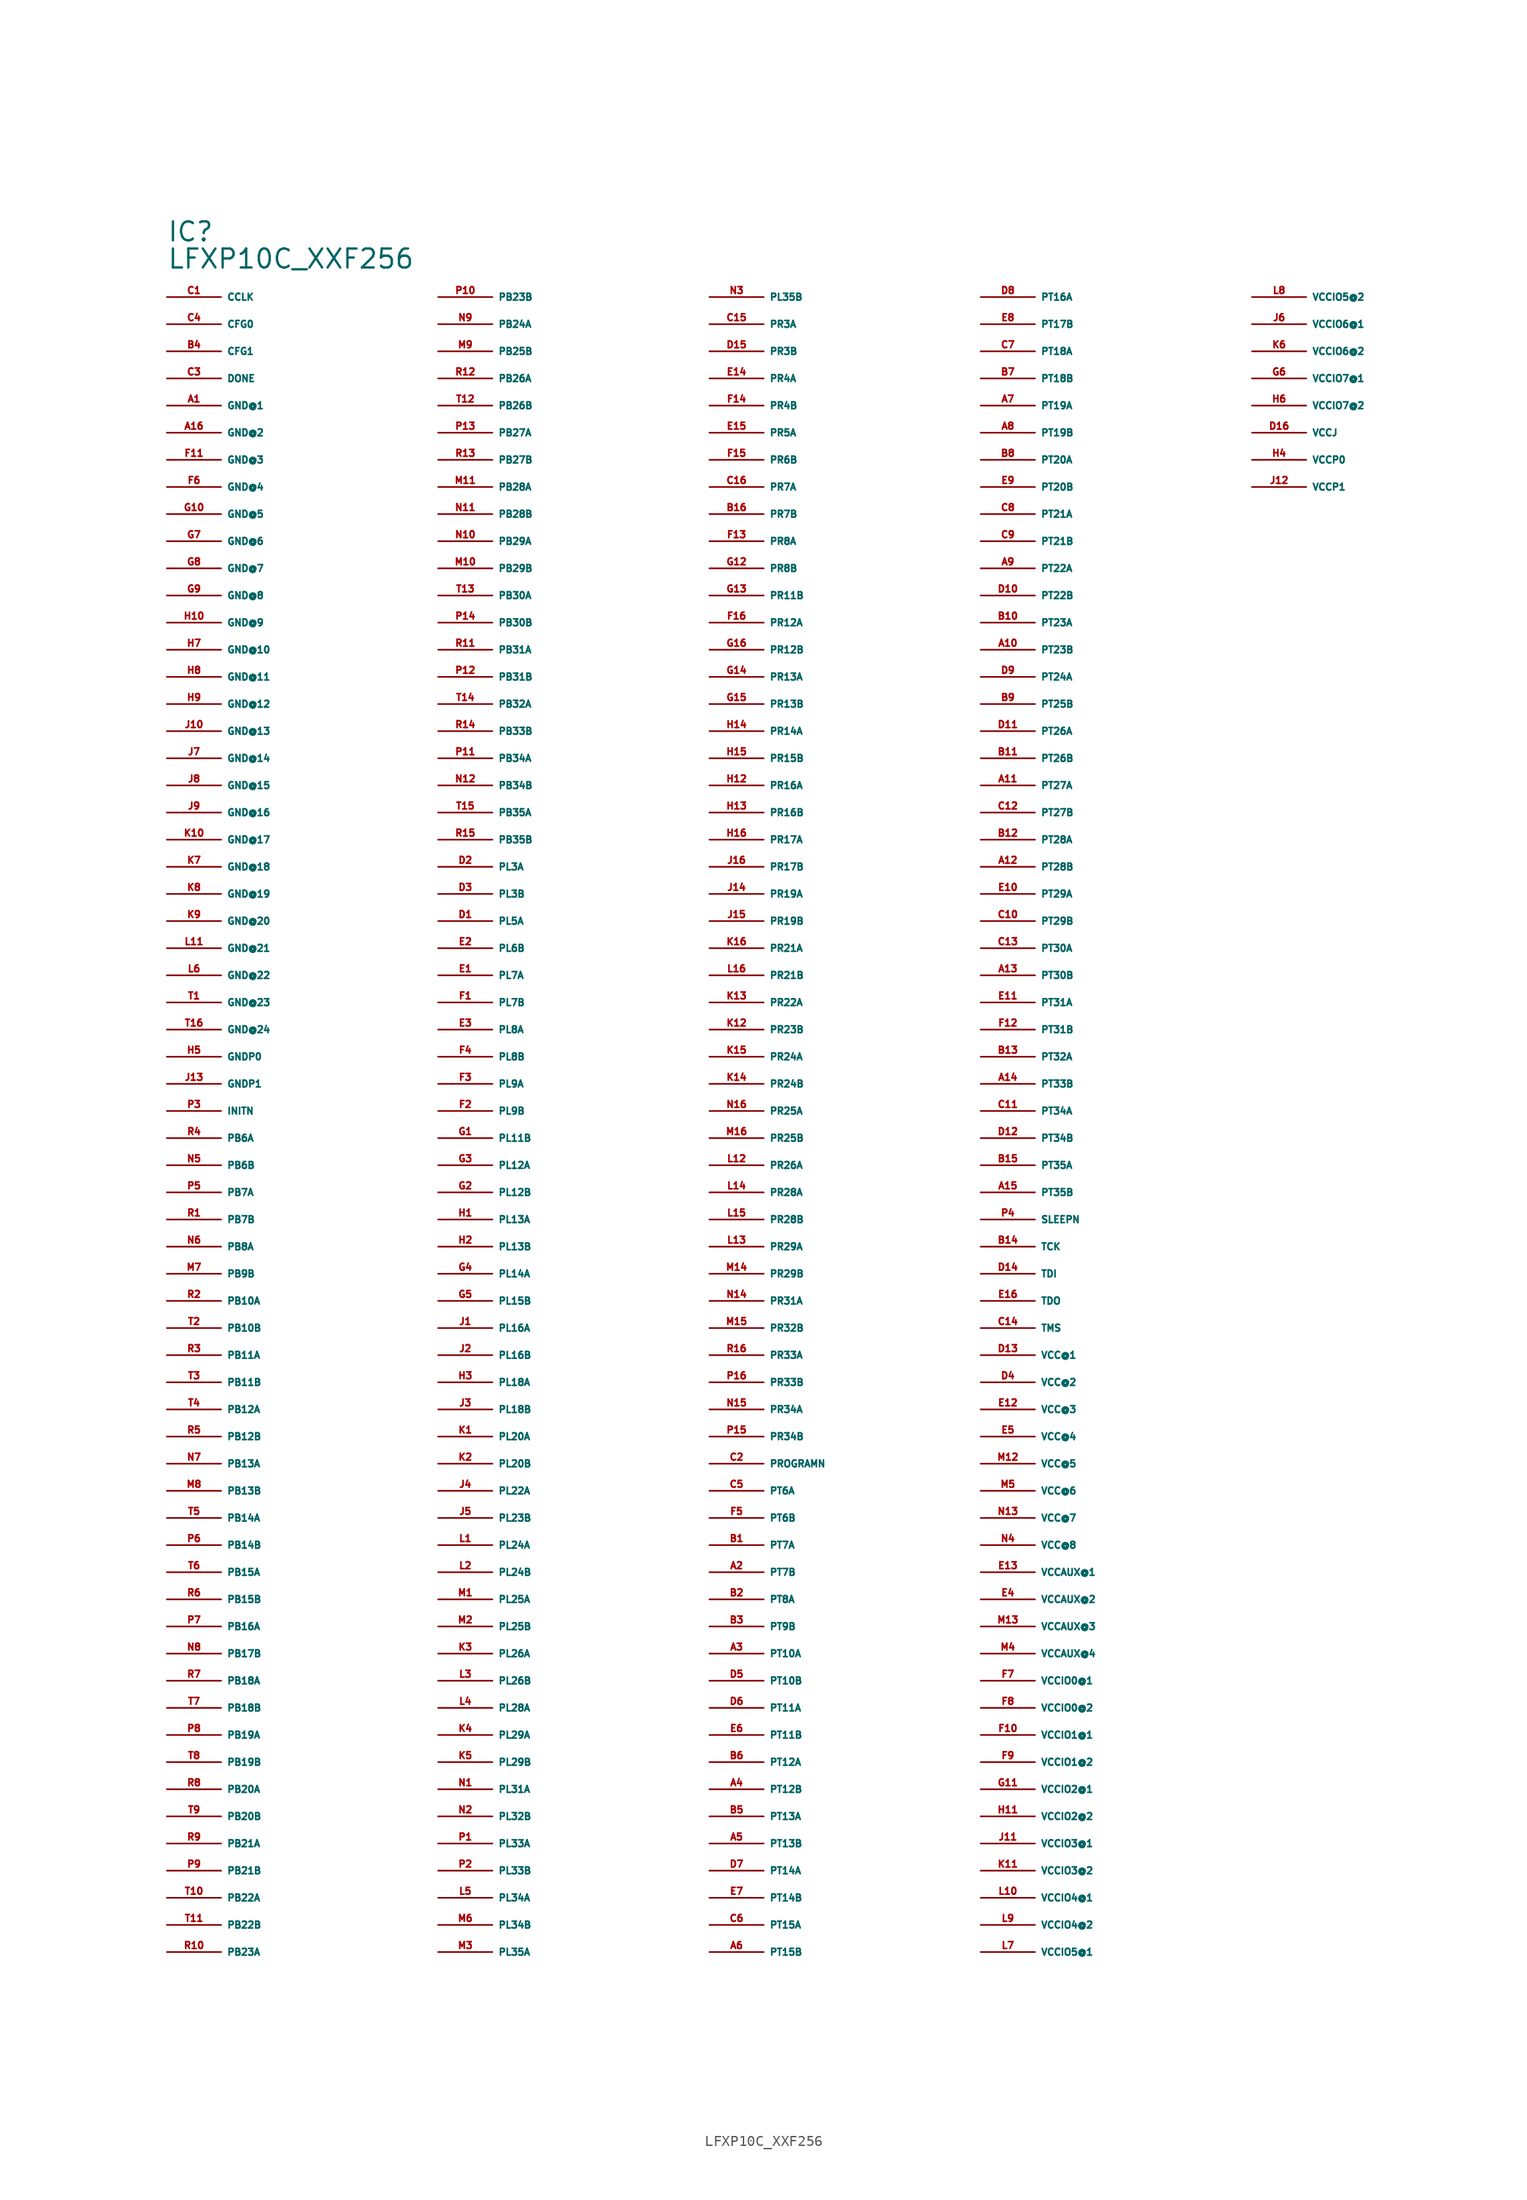
<source format=kicad_sym>
(kicad_symbol_lib
  (version 20220914)
  (generator Eagle2Kicad)
  (symbol "LFXP10C_XXF256"
    (property "Reference" "IC"
      (at -55.88 86.36 0)
      (effects (font (size 1.778 1.778) (thickness 0.22)) (justify left bottom)))
    (property "Value" "LFXP10C_XXF256"
      (at -55.88 83.82 0)
      (effects (font (size 1.778 1.778) (thickness 0.22)) (justify left bottom)))
    (pin bidirectional line
      (at -55.88 81.28 0)
      (length 5.08)
      (name "CCLK" (effects (font (size 0.635 0.635) (thickness 0.08)) (justify left bottom)))
      (number "C1" (effects (font (size 0.635 0.635) (thickness 0.08)) (justify left bottom))))
    (pin input line
      (at -55.88 78.74 0)
      (length 5.08)
      (name "CFG0" (effects (font (size 0.635 0.635) (thickness 0.08)) (justify left bottom)))
      (number "C4" (effects (font (size 0.635 0.635) (thickness 0.08)) (justify left bottom))))
    (pin input line
      (at -55.88 76.2 0)
      (length 5.08)
      (name "CFG1" (effects (font (size 0.635 0.635) (thickness 0.08)) (justify left bottom)))
      (number "B4" (effects (font (size 0.635 0.635) (thickness 0.08)) (justify left bottom))))
    (pin bidirectional line
      (at -55.88 73.66 0)
      (length 5.08)
      (name "DONE" (effects (font (size 0.635 0.635) (thickness 0.08)) (justify left bottom)))
      (number "C3" (effects (font (size 0.635 0.635) (thickness 0.08)) (justify left bottom))))
    (pin unspecified line
      (at -55.88 71.12 0)
      (length 5.08)
      (name "GND@1" (effects (font (size 0.635 0.635) (thickness 0.08)) (justify left bottom)))
      (number "A1" (effects (font (size 0.635 0.635) (thickness 0.08)) (justify left bottom))))
    (pin unspecified line
      (at -55.88 68.58 0)
      (length 5.08)
      (name "GND@2" (effects (font (size 0.635 0.635) (thickness 0.08)) (justify left bottom)))
      (number "A16" (effects (font (size 0.635 0.635) (thickness 0.08)) (justify left bottom))))
    (pin unspecified line
      (at -55.88 66.04 0)
      (length 5.08)
      (name "GND@3" (effects (font (size 0.635 0.635) (thickness 0.08)) (justify left bottom)))
      (number "F11" (effects (font (size 0.635 0.635) (thickness 0.08)) (justify left bottom))))
    (pin unspecified line
      (at -55.88 63.5 0)
      (length 5.08)
      (name "GND@4" (effects (font (size 0.635 0.635) (thickness 0.08)) (justify left bottom)))
      (number "F6" (effects (font (size 0.635 0.635) (thickness 0.08)) (justify left bottom))))
    (pin unspecified line
      (at -55.88 60.96 0)
      (length 5.08)
      (name "GND@5" (effects (font (size 0.635 0.635) (thickness 0.08)) (justify left bottom)))
      (number "G10" (effects (font (size 0.635 0.635) (thickness 0.08)) (justify left bottom))))
    (pin unspecified line
      (at -55.88 58.42 0)
      (length 5.08)
      (name "GND@6" (effects (font (size 0.635 0.635) (thickness 0.08)) (justify left bottom)))
      (number "G7" (effects (font (size 0.635 0.635) (thickness 0.08)) (justify left bottom))))
    (pin unspecified line
      (at -55.88 55.88 0)
      (length 5.08)
      (name "GND@7" (effects (font (size 0.635 0.635) (thickness 0.08)) (justify left bottom)))
      (number "G8" (effects (font (size 0.635 0.635) (thickness 0.08)) (justify left bottom))))
    (pin unspecified line
      (at -55.88 53.34 0)
      (length 5.08)
      (name "GND@8" (effects (font (size 0.635 0.635) (thickness 0.08)) (justify left bottom)))
      (number "G9" (effects (font (size 0.635 0.635) (thickness 0.08)) (justify left bottom))))
    (pin unspecified line
      (at -55.88 50.8 0)
      (length 5.08)
      (name "GND@9" (effects (font (size 0.635 0.635) (thickness 0.08)) (justify left bottom)))
      (number "H10" (effects (font (size 0.635 0.635) (thickness 0.08)) (justify left bottom))))
    (pin unspecified line
      (at -55.88 48.26 0)
      (length 5.08)
      (name "GND@10" (effects (font (size 0.635 0.635) (thickness 0.08)) (justify left bottom)))
      (number "H7" (effects (font (size 0.635 0.635) (thickness 0.08)) (justify left bottom))))
    (pin unspecified line
      (at -55.88 45.72 0)
      (length 5.08)
      (name "GND@11" (effects (font (size 0.635 0.635) (thickness 0.08)) (justify left bottom)))
      (number "H8" (effects (font (size 0.635 0.635) (thickness 0.08)) (justify left bottom))))
    (pin unspecified line
      (at -55.88 43.18 0)
      (length 5.08)
      (name "GND@12" (effects (font (size 0.635 0.635) (thickness 0.08)) (justify left bottom)))
      (number "H9" (effects (font (size 0.635 0.635) (thickness 0.08)) (justify left bottom))))
    (pin unspecified line
      (at -55.88 40.64 0)
      (length 5.08)
      (name "GND@13" (effects (font (size 0.635 0.635) (thickness 0.08)) (justify left bottom)))
      (number "J10" (effects (font (size 0.635 0.635) (thickness 0.08)) (justify left bottom))))
    (pin unspecified line
      (at -55.88 38.1 0)
      (length 5.08)
      (name "GND@14" (effects (font (size 0.635 0.635) (thickness 0.08)) (justify left bottom)))
      (number "J7" (effects (font (size 0.635 0.635) (thickness 0.08)) (justify left bottom))))
    (pin unspecified line
      (at -55.88 35.56 0)
      (length 5.08)
      (name "GND@15" (effects (font (size 0.635 0.635) (thickness 0.08)) (justify left bottom)))
      (number "J8" (effects (font (size 0.635 0.635) (thickness 0.08)) (justify left bottom))))
    (pin unspecified line
      (at -55.88 33.02 0)
      (length 5.08)
      (name "GND@16" (effects (font (size 0.635 0.635) (thickness 0.08)) (justify left bottom)))
      (number "J9" (effects (font (size 0.635 0.635) (thickness 0.08)) (justify left bottom))))
    (pin unspecified line
      (at -55.88 30.48 0)
      (length 5.08)
      (name "GND@17" (effects (font (size 0.635 0.635) (thickness 0.08)) (justify left bottom)))
      (number "K10" (effects (font (size 0.635 0.635) (thickness 0.08)) (justify left bottom))))
    (pin unspecified line
      (at -55.88 27.94 0)
      (length 5.08)
      (name "GND@18" (effects (font (size 0.635 0.635) (thickness 0.08)) (justify left bottom)))
      (number "K7" (effects (font (size 0.635 0.635) (thickness 0.08)) (justify left bottom))))
    (pin unspecified line
      (at -55.88 25.4 0)
      (length 5.08)
      (name "GND@19" (effects (font (size 0.635 0.635) (thickness 0.08)) (justify left bottom)))
      (number "K8" (effects (font (size 0.635 0.635) (thickness 0.08)) (justify left bottom))))
    (pin unspecified line
      (at -55.88 22.86 0)
      (length 5.08)
      (name "GND@20" (effects (font (size 0.635 0.635) (thickness 0.08)) (justify left bottom)))
      (number "K9" (effects (font (size 0.635 0.635) (thickness 0.08)) (justify left bottom))))
    (pin unspecified line
      (at -55.88 20.32 0)
      (length 5.08)
      (name "GND@21" (effects (font (size 0.635 0.635) (thickness 0.08)) (justify left bottom)))
      (number "L11" (effects (font (size 0.635 0.635) (thickness 0.08)) (justify left bottom))))
    (pin unspecified line
      (at -55.88 17.78 0)
      (length 5.08)
      (name "GND@22" (effects (font (size 0.635 0.635) (thickness 0.08)) (justify left bottom)))
      (number "L6" (effects (font (size 0.635 0.635) (thickness 0.08)) (justify left bottom))))
    (pin unspecified line
      (at -55.88 15.24 0)
      (length 5.08)
      (name "GND@23" (effects (font (size 0.635 0.635) (thickness 0.08)) (justify left bottom)))
      (number "T1" (effects (font (size 0.635 0.635) (thickness 0.08)) (justify left bottom))))
    (pin unspecified line
      (at -55.88 12.7 0)
      (length 5.08)
      (name "GND@24" (effects (font (size 0.635 0.635) (thickness 0.08)) (justify left bottom)))
      (number "T16" (effects (font (size 0.635 0.635) (thickness 0.08)) (justify left bottom))))
    (pin unspecified line
      (at -55.88 10.16 0)
      (length 5.08)
      (name "GNDP0" (effects (font (size 0.635 0.635) (thickness 0.08)) (justify left bottom)))
      (number "H5" (effects (font (size 0.635 0.635) (thickness 0.08)) (justify left bottom))))
    (pin unspecified line
      (at -55.88 7.62 0)
      (length 5.08)
      (name "GNDP1" (effects (font (size 0.635 0.635) (thickness 0.08)) (justify left bottom)))
      (number "J13" (effects (font (size 0.635 0.635) (thickness 0.08)) (justify left bottom))))
    (pin bidirectional line
      (at -55.88 5.08 0)
      (length 5.08)
      (name "INITN" (effects (font (size 0.635 0.635) (thickness 0.08)) (justify left bottom)))
      (number "P3" (effects (font (size 0.635 0.635) (thickness 0.08)) (justify left bottom))))
    (pin bidirectional line
      (at -55.88 2.54 0)
      (length 5.08)
      (name "PB6A" (effects (font (size 0.635 0.635) (thickness 0.08)) (justify left bottom)))
      (number "R4" (effects (font (size 0.635 0.635) (thickness 0.08)) (justify left bottom))))
    (pin bidirectional line
      (at -55.88 0 0)
      (length 5.08)
      (name "PB6B" (effects (font (size 0.635 0.635) (thickness 0.08)) (justify left bottom)))
      (number "N5" (effects (font (size 0.635 0.635) (thickness 0.08)) (justify left bottom))))
    (pin bidirectional line
      (at -55.88 -2.54 0)
      (length 5.08)
      (name "PB7A" (effects (font (size 0.635 0.635) (thickness 0.08)) (justify left bottom)))
      (number "P5" (effects (font (size 0.635 0.635) (thickness 0.08)) (justify left bottom))))
    (pin bidirectional line
      (at -55.88 -5.08 0)
      (length 5.08)
      (name "PB7B" (effects (font (size 0.635 0.635) (thickness 0.08)) (justify left bottom)))
      (number "R1" (effects (font (size 0.635 0.635) (thickness 0.08)) (justify left bottom))))
    (pin bidirectional line
      (at -55.88 -7.62 0)
      (length 5.08)
      (name "PB8A" (effects (font (size 0.635 0.635) (thickness 0.08)) (justify left bottom)))
      (number "N6" (effects (font (size 0.635 0.635) (thickness 0.08)) (justify left bottom))))
    (pin bidirectional line
      (at -55.88 -10.16 0)
      (length 5.08)
      (name "PB9B" (effects (font (size 0.635 0.635) (thickness 0.08)) (justify left bottom)))
      (number "M7" (effects (font (size 0.635 0.635) (thickness 0.08)) (justify left bottom))))
    (pin bidirectional line
      (at -55.88 -12.7 0)
      (length 5.08)
      (name "PB10A" (effects (font (size 0.635 0.635) (thickness 0.08)) (justify left bottom)))
      (number "R2" (effects (font (size 0.635 0.635) (thickness 0.08)) (justify left bottom))))
    (pin bidirectional line
      (at -55.88 -15.24 0)
      (length 5.08)
      (name "PB10B" (effects (font (size 0.635 0.635) (thickness 0.08)) (justify left bottom)))
      (number "T2" (effects (font (size 0.635 0.635) (thickness 0.08)) (justify left bottom))))
    (pin bidirectional line
      (at -55.88 -17.78 0)
      (length 5.08)
      (name "PB11A" (effects (font (size 0.635 0.635) (thickness 0.08)) (justify left bottom)))
      (number "R3" (effects (font (size 0.635 0.635) (thickness 0.08)) (justify left bottom))))
    (pin bidirectional line
      (at -55.88 -20.32 0)
      (length 5.08)
      (name "PB11B" (effects (font (size 0.635 0.635) (thickness 0.08)) (justify left bottom)))
      (number "T3" (effects (font (size 0.635 0.635) (thickness 0.08)) (justify left bottom))))
    (pin bidirectional line
      (at -55.88 -22.86 0)
      (length 5.08)
      (name "PB12A" (effects (font (size 0.635 0.635) (thickness 0.08)) (justify left bottom)))
      (number "T4" (effects (font (size 0.635 0.635) (thickness 0.08)) (justify left bottom))))
    (pin bidirectional line
      (at -55.88 -25.4 0)
      (length 5.08)
      (name "PB12B" (effects (font (size 0.635 0.635) (thickness 0.08)) (justify left bottom)))
      (number "R5" (effects (font (size 0.635 0.635) (thickness 0.08)) (justify left bottom))))
    (pin bidirectional line
      (at -55.88 -27.94 0)
      (length 5.08)
      (name "PB13A" (effects (font (size 0.635 0.635) (thickness 0.08)) (justify left bottom)))
      (number "N7" (effects (font (size 0.635 0.635) (thickness 0.08)) (justify left bottom))))
    (pin bidirectional line
      (at -55.88 -30.48 0)
      (length 5.08)
      (name "PB13B" (effects (font (size 0.635 0.635) (thickness 0.08)) (justify left bottom)))
      (number "M8" (effects (font (size 0.635 0.635) (thickness 0.08)) (justify left bottom))))
    (pin bidirectional line
      (at -55.88 -33.02 0)
      (length 5.08)
      (name "PB14A" (effects (font (size 0.635 0.635) (thickness 0.08)) (justify left bottom)))
      (number "T5" (effects (font (size 0.635 0.635) (thickness 0.08)) (justify left bottom))))
    (pin bidirectional line
      (at -55.88 -35.56 0)
      (length 5.08)
      (name "PB14B" (effects (font (size 0.635 0.635) (thickness 0.08)) (justify left bottom)))
      (number "P6" (effects (font (size 0.635 0.635) (thickness 0.08)) (justify left bottom))))
    (pin bidirectional line
      (at -55.88 -38.1 0)
      (length 5.08)
      (name "PB15A" (effects (font (size 0.635 0.635) (thickness 0.08)) (justify left bottom)))
      (number "T6" (effects (font (size 0.635 0.635) (thickness 0.08)) (justify left bottom))))
    (pin bidirectional line
      (at -55.88 -40.64 0)
      (length 5.08)
      (name "PB15B" (effects (font (size 0.635 0.635) (thickness 0.08)) (justify left bottom)))
      (number "R6" (effects (font (size 0.635 0.635) (thickness 0.08)) (justify left bottom))))
    (pin bidirectional line
      (at -55.88 -43.18 0)
      (length 5.08)
      (name "PB16A" (effects (font (size 0.635 0.635) (thickness 0.08)) (justify left bottom)))
      (number "P7" (effects (font (size 0.635 0.635) (thickness 0.08)) (justify left bottom))))
    (pin bidirectional line
      (at -55.88 -45.72 0)
      (length 5.08)
      (name "PB17B" (effects (font (size 0.635 0.635) (thickness 0.08)) (justify left bottom)))
      (number "N8" (effects (font (size 0.635 0.635) (thickness 0.08)) (justify left bottom))))
    (pin bidirectional line
      (at -55.88 -48.26 0)
      (length 5.08)
      (name "PB18A" (effects (font (size 0.635 0.635) (thickness 0.08)) (justify left bottom)))
      (number "R7" (effects (font (size 0.635 0.635) (thickness 0.08)) (justify left bottom))))
    (pin bidirectional line
      (at -55.88 -50.8 0)
      (length 5.08)
      (name "PB18B" (effects (font (size 0.635 0.635) (thickness 0.08)) (justify left bottom)))
      (number "T7" (effects (font (size 0.635 0.635) (thickness 0.08)) (justify left bottom))))
    (pin bidirectional line
      (at -55.88 -53.34 0)
      (length 5.08)
      (name "PB19A" (effects (font (size 0.635 0.635) (thickness 0.08)) (justify left bottom)))
      (number "P8" (effects (font (size 0.635 0.635) (thickness 0.08)) (justify left bottom))))
    (pin bidirectional line
      (at -55.88 -55.88 0)
      (length 5.08)
      (name "PB19B" (effects (font (size 0.635 0.635) (thickness 0.08)) (justify left bottom)))
      (number "T8" (effects (font (size 0.635 0.635) (thickness 0.08)) (justify left bottom))))
    (pin bidirectional line
      (at -55.88 -58.42 0)
      (length 5.08)
      (name "PB20A" (effects (font (size 0.635 0.635) (thickness 0.08)) (justify left bottom)))
      (number "R8" (effects (font (size 0.635 0.635) (thickness 0.08)) (justify left bottom))))
    (pin bidirectional line
      (at -55.88 -60.96 0)
      (length 5.08)
      (name "PB20B" (effects (font (size 0.635 0.635) (thickness 0.08)) (justify left bottom)))
      (number "T9" (effects (font (size 0.635 0.635) (thickness 0.08)) (justify left bottom))))
    (pin bidirectional line
      (at -55.88 -63.5 0)
      (length 5.08)
      (name "PB21A" (effects (font (size 0.635 0.635) (thickness 0.08)) (justify left bottom)))
      (number "R9" (effects (font (size 0.635 0.635) (thickness 0.08)) (justify left bottom))))
    (pin bidirectional line
      (at -55.88 -66.04 0)
      (length 5.08)
      (name "PB21B" (effects (font (size 0.635 0.635) (thickness 0.08)) (justify left bottom)))
      (number "P9" (effects (font (size 0.635 0.635) (thickness 0.08)) (justify left bottom))))
    (pin bidirectional line
      (at -55.88 -68.58 0)
      (length 5.08)
      (name "PB22A" (effects (font (size 0.635 0.635) (thickness 0.08)) (justify left bottom)))
      (number "T10" (effects (font (size 0.635 0.635) (thickness 0.08)) (justify left bottom))))
    (pin bidirectional line
      (at -55.88 -71.12 0)
      (length 5.08)
      (name "PB22B" (effects (font (size 0.635 0.635) (thickness 0.08)) (justify left bottom)))
      (number "T11" (effects (font (size 0.635 0.635) (thickness 0.08)) (justify left bottom))))
    (pin bidirectional line
      (at -55.88 -73.66 0)
      (length 5.08)
      (name "PB23A" (effects (font (size 0.635 0.635) (thickness 0.08)) (justify left bottom)))
      (number "R10" (effects (font (size 0.635 0.635) (thickness 0.08)) (justify left bottom))))
    (pin bidirectional line
      (at -30.48 81.28 0)
      (length 5.08)
      (name "PB23B" (effects (font (size 0.635 0.635) (thickness 0.08)) (justify left bottom)))
      (number "P10" (effects (font (size 0.635 0.635) (thickness 0.08)) (justify left bottom))))
    (pin bidirectional line
      (at -30.48 78.74 0)
      (length 5.08)
      (name "PB24A" (effects (font (size 0.635 0.635) (thickness 0.08)) (justify left bottom)))
      (number "N9" (effects (font (size 0.635 0.635) (thickness 0.08)) (justify left bottom))))
    (pin bidirectional line
      (at -30.48 76.2 0)
      (length 5.08)
      (name "PB25B" (effects (font (size 0.635 0.635) (thickness 0.08)) (justify left bottom)))
      (number "M9" (effects (font (size 0.635 0.635) (thickness 0.08)) (justify left bottom))))
    (pin bidirectional line
      (at -30.48 73.66 0)
      (length 5.08)
      (name "PB26A" (effects (font (size 0.635 0.635) (thickness 0.08)) (justify left bottom)))
      (number "R12" (effects (font (size 0.635 0.635) (thickness 0.08)) (justify left bottom))))
    (pin bidirectional line
      (at -30.48 71.12 0)
      (length 5.08)
      (name "PB26B" (effects (font (size 0.635 0.635) (thickness 0.08)) (justify left bottom)))
      (number "T12" (effects (font (size 0.635 0.635) (thickness 0.08)) (justify left bottom))))
    (pin bidirectional line
      (at -30.48 68.58 0)
      (length 5.08)
      (name "PB27A" (effects (font (size 0.635 0.635) (thickness 0.08)) (justify left bottom)))
      (number "P13" (effects (font (size 0.635 0.635) (thickness 0.08)) (justify left bottom))))
    (pin bidirectional line
      (at -30.48 66.04 0)
      (length 5.08)
      (name "PB27B" (effects (font (size 0.635 0.635) (thickness 0.08)) (justify left bottom)))
      (number "R13" (effects (font (size 0.635 0.635) (thickness 0.08)) (justify left bottom))))
    (pin bidirectional line
      (at -30.48 63.5 0)
      (length 5.08)
      (name "PB28A" (effects (font (size 0.635 0.635) (thickness 0.08)) (justify left bottom)))
      (number "M11" (effects (font (size 0.635 0.635) (thickness 0.08)) (justify left bottom))))
    (pin bidirectional line
      (at -30.48 60.96 0)
      (length 5.08)
      (name "PB28B" (effects (font (size 0.635 0.635) (thickness 0.08)) (justify left bottom)))
      (number "N11" (effects (font (size 0.635 0.635) (thickness 0.08)) (justify left bottom))))
    (pin bidirectional line
      (at -30.48 58.42 0)
      (length 5.08)
      (name "PB29A" (effects (font (size 0.635 0.635) (thickness 0.08)) (justify left bottom)))
      (number "N10" (effects (font (size 0.635 0.635) (thickness 0.08)) (justify left bottom))))
    (pin bidirectional line
      (at -30.48 55.88 0)
      (length 5.08)
      (name "PB29B" (effects (font (size 0.635 0.635) (thickness 0.08)) (justify left bottom)))
      (number "M10" (effects (font (size 0.635 0.635) (thickness 0.08)) (justify left bottom))))
    (pin bidirectional line
      (at -30.48 53.34 0)
      (length 5.08)
      (name "PB30A" (effects (font (size 0.635 0.635) (thickness 0.08)) (justify left bottom)))
      (number "T13" (effects (font (size 0.635 0.635) (thickness 0.08)) (justify left bottom))))
    (pin bidirectional line
      (at -30.48 50.8 0)
      (length 5.08)
      (name "PB30B" (effects (font (size 0.635 0.635) (thickness 0.08)) (justify left bottom)))
      (number "P14" (effects (font (size 0.635 0.635) (thickness 0.08)) (justify left bottom))))
    (pin bidirectional line
      (at -30.48 48.26 0)
      (length 5.08)
      (name "PB31A" (effects (font (size 0.635 0.635) (thickness 0.08)) (justify left bottom)))
      (number "R11" (effects (font (size 0.635 0.635) (thickness 0.08)) (justify left bottom))))
    (pin bidirectional line
      (at -30.48 45.72 0)
      (length 5.08)
      (name "PB31B" (effects (font (size 0.635 0.635) (thickness 0.08)) (justify left bottom)))
      (number "P12" (effects (font (size 0.635 0.635) (thickness 0.08)) (justify left bottom))))
    (pin bidirectional line
      (at -30.48 43.18 0)
      (length 5.08)
      (name "PB32A" (effects (font (size 0.635 0.635) (thickness 0.08)) (justify left bottom)))
      (number "T14" (effects (font (size 0.635 0.635) (thickness 0.08)) (justify left bottom))))
    (pin bidirectional line
      (at -30.48 40.64 0)
      (length 5.08)
      (name "PB33B" (effects (font (size 0.635 0.635) (thickness 0.08)) (justify left bottom)))
      (number "R14" (effects (font (size 0.635 0.635) (thickness 0.08)) (justify left bottom))))
    (pin bidirectional line
      (at -30.48 38.1 0)
      (length 5.08)
      (name "PB34A" (effects (font (size 0.635 0.635) (thickness 0.08)) (justify left bottom)))
      (number "P11" (effects (font (size 0.635 0.635) (thickness 0.08)) (justify left bottom))))
    (pin bidirectional line
      (at -30.48 35.56 0)
      (length 5.08)
      (name "PB34B" (effects (font (size 0.635 0.635) (thickness 0.08)) (justify left bottom)))
      (number "N12" (effects (font (size 0.635 0.635) (thickness 0.08)) (justify left bottom))))
    (pin bidirectional line
      (at -30.48 33.02 0)
      (length 5.08)
      (name "PB35A" (effects (font (size 0.635 0.635) (thickness 0.08)) (justify left bottom)))
      (number "T15" (effects (font (size 0.635 0.635) (thickness 0.08)) (justify left bottom))))
    (pin bidirectional line
      (at -30.48 30.48 0)
      (length 5.08)
      (name "PB35B" (effects (font (size 0.635 0.635) (thickness 0.08)) (justify left bottom)))
      (number "R15" (effects (font (size 0.635 0.635) (thickness 0.08)) (justify left bottom))))
    (pin bidirectional line
      (at -30.48 27.94 0)
      (length 5.08)
      (name "PL3A" (effects (font (size 0.635 0.635) (thickness 0.08)) (justify left bottom)))
      (number "D2" (effects (font (size 0.635 0.635) (thickness 0.08)) (justify left bottom))))
    (pin bidirectional line
      (at -30.48 25.4 0)
      (length 5.08)
      (name "PL3B" (effects (font (size 0.635 0.635) (thickness 0.08)) (justify left bottom)))
      (number "D3" (effects (font (size 0.635 0.635) (thickness 0.08)) (justify left bottom))))
    (pin bidirectional line
      (at -30.48 22.86 0)
      (length 5.08)
      (name "PL5A" (effects (font (size 0.635 0.635) (thickness 0.08)) (justify left bottom)))
      (number "D1" (effects (font (size 0.635 0.635) (thickness 0.08)) (justify left bottom))))
    (pin bidirectional line
      (at -30.48 20.32 0)
      (length 5.08)
      (name "PL6B" (effects (font (size 0.635 0.635) (thickness 0.08)) (justify left bottom)))
      (number "E2" (effects (font (size 0.635 0.635) (thickness 0.08)) (justify left bottom))))
    (pin bidirectional line
      (at -30.48 17.78 0)
      (length 5.08)
      (name "PL7A" (effects (font (size 0.635 0.635) (thickness 0.08)) (justify left bottom)))
      (number "E1" (effects (font (size 0.635 0.635) (thickness 0.08)) (justify left bottom))))
    (pin bidirectional line
      (at -30.48 15.24 0)
      (length 5.08)
      (name "PL7B" (effects (font (size 0.635 0.635) (thickness 0.08)) (justify left bottom)))
      (number "F1" (effects (font (size 0.635 0.635) (thickness 0.08)) (justify left bottom))))
    (pin bidirectional line
      (at -30.48 12.7 0)
      (length 5.08)
      (name "PL8A" (effects (font (size 0.635 0.635) (thickness 0.08)) (justify left bottom)))
      (number "E3" (effects (font (size 0.635 0.635) (thickness 0.08)) (justify left bottom))))
    (pin bidirectional line
      (at -30.48 10.16 0)
      (length 5.08)
      (name "PL8B" (effects (font (size 0.635 0.635) (thickness 0.08)) (justify left bottom)))
      (number "F4" (effects (font (size 0.635 0.635) (thickness 0.08)) (justify left bottom))))
    (pin bidirectional line
      (at -30.48 7.62 0)
      (length 5.08)
      (name "PL9A" (effects (font (size 0.635 0.635) (thickness 0.08)) (justify left bottom)))
      (number "F3" (effects (font (size 0.635 0.635) (thickness 0.08)) (justify left bottom))))
    (pin bidirectional line
      (at -30.48 5.08 0)
      (length 5.08)
      (name "PL9B" (effects (font (size 0.635 0.635) (thickness 0.08)) (justify left bottom)))
      (number "F2" (effects (font (size 0.635 0.635) (thickness 0.08)) (justify left bottom))))
    (pin bidirectional line
      (at -30.48 2.54 0)
      (length 5.08)
      (name "PL11B" (effects (font (size 0.635 0.635) (thickness 0.08)) (justify left bottom)))
      (number "G1" (effects (font (size 0.635 0.635) (thickness 0.08)) (justify left bottom))))
    (pin bidirectional line
      (at -30.48 0 0)
      (length 5.08)
      (name "PL12A" (effects (font (size 0.635 0.635) (thickness 0.08)) (justify left bottom)))
      (number "G3" (effects (font (size 0.635 0.635) (thickness 0.08)) (justify left bottom))))
    (pin bidirectional line
      (at -30.48 -2.54 0)
      (length 5.08)
      (name "PL12B" (effects (font (size 0.635 0.635) (thickness 0.08)) (justify left bottom)))
      (number "G2" (effects (font (size 0.635 0.635) (thickness 0.08)) (justify left bottom))))
    (pin bidirectional line
      (at -30.48 -5.08 0)
      (length 5.08)
      (name "PL13A" (effects (font (size 0.635 0.635) (thickness 0.08)) (justify left bottom)))
      (number "H1" (effects (font (size 0.635 0.635) (thickness 0.08)) (justify left bottom))))
    (pin bidirectional line
      (at -30.48 -7.62 0)
      (length 5.08)
      (name "PL13B" (effects (font (size 0.635 0.635) (thickness 0.08)) (justify left bottom)))
      (number "H2" (effects (font (size 0.635 0.635) (thickness 0.08)) (justify left bottom))))
    (pin bidirectional line
      (at -30.48 -10.16 0)
      (length 5.08)
      (name "PL14A" (effects (font (size 0.635 0.635) (thickness 0.08)) (justify left bottom)))
      (number "G4" (effects (font (size 0.635 0.635) (thickness 0.08)) (justify left bottom))))
    (pin bidirectional line
      (at -30.48 -12.7 0)
      (length 5.08)
      (name "PL15B" (effects (font (size 0.635 0.635) (thickness 0.08)) (justify left bottom)))
      (number "G5" (effects (font (size 0.635 0.635) (thickness 0.08)) (justify left bottom))))
    (pin bidirectional line
      (at -30.48 -15.24 0)
      (length 5.08)
      (name "PL16A" (effects (font (size 0.635 0.635) (thickness 0.08)) (justify left bottom)))
      (number "J1" (effects (font (size 0.635 0.635) (thickness 0.08)) (justify left bottom))))
    (pin bidirectional line
      (at -30.48 -17.78 0)
      (length 5.08)
      (name "PL16B" (effects (font (size 0.635 0.635) (thickness 0.08)) (justify left bottom)))
      (number "J2" (effects (font (size 0.635 0.635) (thickness 0.08)) (justify left bottom))))
    (pin bidirectional line
      (at -30.48 -20.32 0)
      (length 5.08)
      (name "PL18A" (effects (font (size 0.635 0.635) (thickness 0.08)) (justify left bottom)))
      (number "H3" (effects (font (size 0.635 0.635) (thickness 0.08)) (justify left bottom))))
    (pin bidirectional line
      (at -30.48 -22.86 0)
      (length 5.08)
      (name "PL18B" (effects (font (size 0.635 0.635) (thickness 0.08)) (justify left bottom)))
      (number "J3" (effects (font (size 0.635 0.635) (thickness 0.08)) (justify left bottom))))
    (pin bidirectional line
      (at -30.48 -25.4 0)
      (length 5.08)
      (name "PL20A" (effects (font (size 0.635 0.635) (thickness 0.08)) (justify left bottom)))
      (number "K1" (effects (font (size 0.635 0.635) (thickness 0.08)) (justify left bottom))))
    (pin bidirectional line
      (at -30.48 -27.94 0)
      (length 5.08)
      (name "PL20B" (effects (font (size 0.635 0.635) (thickness 0.08)) (justify left bottom)))
      (number "K2" (effects (font (size 0.635 0.635) (thickness 0.08)) (justify left bottom))))
    (pin bidirectional line
      (at -30.48 -30.48 0)
      (length 5.08)
      (name "PL22A" (effects (font (size 0.635 0.635) (thickness 0.08)) (justify left bottom)))
      (number "J4" (effects (font (size 0.635 0.635) (thickness 0.08)) (justify left bottom))))
    (pin bidirectional line
      (at -30.48 -33.02 0)
      (length 5.08)
      (name "PL23B" (effects (font (size 0.635 0.635) (thickness 0.08)) (justify left bottom)))
      (number "J5" (effects (font (size 0.635 0.635) (thickness 0.08)) (justify left bottom))))
    (pin bidirectional line
      (at -30.48 -35.56 0)
      (length 5.08)
      (name "PL24A" (effects (font (size 0.635 0.635) (thickness 0.08)) (justify left bottom)))
      (number "L1" (effects (font (size 0.635 0.635) (thickness 0.08)) (justify left bottom))))
    (pin bidirectional line
      (at -30.48 -38.1 0)
      (length 5.08)
      (name "PL24B" (effects (font (size 0.635 0.635) (thickness 0.08)) (justify left bottom)))
      (number "L2" (effects (font (size 0.635 0.635) (thickness 0.08)) (justify left bottom))))
    (pin bidirectional line
      (at -30.48 -40.64 0)
      (length 5.08)
      (name "PL25A" (effects (font (size 0.635 0.635) (thickness 0.08)) (justify left bottom)))
      (number "M1" (effects (font (size 0.635 0.635) (thickness 0.08)) (justify left bottom))))
    (pin bidirectional line
      (at -30.48 -43.18 0)
      (length 5.08)
      (name "PL25B" (effects (font (size 0.635 0.635) (thickness 0.08)) (justify left bottom)))
      (number "M2" (effects (font (size 0.635 0.635) (thickness 0.08)) (justify left bottom))))
    (pin bidirectional line
      (at -30.48 -45.72 0)
      (length 5.08)
      (name "PL26A" (effects (font (size 0.635 0.635) (thickness 0.08)) (justify left bottom)))
      (number "K3" (effects (font (size 0.635 0.635) (thickness 0.08)) (justify left bottom))))
    (pin bidirectional line
      (at -30.48 -48.26 0)
      (length 5.08)
      (name "PL26B" (effects (font (size 0.635 0.635) (thickness 0.08)) (justify left bottom)))
      (number "L3" (effects (font (size 0.635 0.635) (thickness 0.08)) (justify left bottom))))
    (pin bidirectional line
      (at -30.48 -50.8 0)
      (length 5.08)
      (name "PL28A" (effects (font (size 0.635 0.635) (thickness 0.08)) (justify left bottom)))
      (number "L4" (effects (font (size 0.635 0.635) (thickness 0.08)) (justify left bottom))))
    (pin bidirectional line
      (at -30.48 -53.34 0)
      (length 5.08)
      (name "PL29A" (effects (font (size 0.635 0.635) (thickness 0.08)) (justify left bottom)))
      (number "K4" (effects (font (size 0.635 0.635) (thickness 0.08)) (justify left bottom))))
    (pin bidirectional line
      (at -30.48 -55.88 0)
      (length 5.08)
      (name "PL29B" (effects (font (size 0.635 0.635) (thickness 0.08)) (justify left bottom)))
      (number "K5" (effects (font (size 0.635 0.635) (thickness 0.08)) (justify left bottom))))
    (pin bidirectional line
      (at -30.48 -58.42 0)
      (length 5.08)
      (name "PL31A" (effects (font (size 0.635 0.635) (thickness 0.08)) (justify left bottom)))
      (number "N1" (effects (font (size 0.635 0.635) (thickness 0.08)) (justify left bottom))))
    (pin bidirectional line
      (at -30.48 -60.96 0)
      (length 5.08)
      (name "PL32B" (effects (font (size 0.635 0.635) (thickness 0.08)) (justify left bottom)))
      (number "N2" (effects (font (size 0.635 0.635) (thickness 0.08)) (justify left bottom))))
    (pin bidirectional line
      (at -30.48 -63.5 0)
      (length 5.08)
      (name "PL33A" (effects (font (size 0.635 0.635) (thickness 0.08)) (justify left bottom)))
      (number "P1" (effects (font (size 0.635 0.635) (thickness 0.08)) (justify left bottom))))
    (pin bidirectional line
      (at -30.48 -66.04 0)
      (length 5.08)
      (name "PL33B" (effects (font (size 0.635 0.635) (thickness 0.08)) (justify left bottom)))
      (number "P2" (effects (font (size 0.635 0.635) (thickness 0.08)) (justify left bottom))))
    (pin bidirectional line
      (at -30.48 -68.58 0)
      (length 5.08)
      (name "PL34A" (effects (font (size 0.635 0.635) (thickness 0.08)) (justify left bottom)))
      (number "L5" (effects (font (size 0.635 0.635) (thickness 0.08)) (justify left bottom))))
    (pin bidirectional line
      (at -30.48 -71.12 0)
      (length 5.08)
      (name "PL34B" (effects (font (size 0.635 0.635) (thickness 0.08)) (justify left bottom)))
      (number "M6" (effects (font (size 0.635 0.635) (thickness 0.08)) (justify left bottom))))
    (pin bidirectional line
      (at -30.48 -73.66 0)
      (length 5.08)
      (name "PL35A" (effects (font (size 0.635 0.635) (thickness 0.08)) (justify left bottom)))
      (number "M3" (effects (font (size 0.635 0.635) (thickness 0.08)) (justify left bottom))))
    (pin bidirectional line
      (at -5.08 81.28 0)
      (length 5.08)
      (name "PL35B" (effects (font (size 0.635 0.635) (thickness 0.08)) (justify left bottom)))
      (number "N3" (effects (font (size 0.635 0.635) (thickness 0.08)) (justify left bottom))))
    (pin bidirectional line
      (at -5.08 78.74 0)
      (length 5.08)
      (name "PR3A" (effects (font (size 0.635 0.635) (thickness 0.08)) (justify left bottom)))
      (number "C15" (effects (font (size 0.635 0.635) (thickness 0.08)) (justify left bottom))))
    (pin bidirectional line
      (at -5.08 76.2 0)
      (length 5.08)
      (name "PR3B" (effects (font (size 0.635 0.635) (thickness 0.08)) (justify left bottom)))
      (number "D15" (effects (font (size 0.635 0.635) (thickness 0.08)) (justify left bottom))))
    (pin bidirectional line
      (at -5.08 73.66 0)
      (length 5.08)
      (name "PR4A" (effects (font (size 0.635 0.635) (thickness 0.08)) (justify left bottom)))
      (number "E14" (effects (font (size 0.635 0.635) (thickness 0.08)) (justify left bottom))))
    (pin bidirectional line
      (at -5.08 71.12 0)
      (length 5.08)
      (name "PR4B" (effects (font (size 0.635 0.635) (thickness 0.08)) (justify left bottom)))
      (number "F14" (effects (font (size 0.635 0.635) (thickness 0.08)) (justify left bottom))))
    (pin bidirectional line
      (at -5.08 68.58 0)
      (length 5.08)
      (name "PR5A" (effects (font (size 0.635 0.635) (thickness 0.08)) (justify left bottom)))
      (number "E15" (effects (font (size 0.635 0.635) (thickness 0.08)) (justify left bottom))))
    (pin bidirectional line
      (at -5.08 66.04 0)
      (length 5.08)
      (name "PR6B" (effects (font (size 0.635 0.635) (thickness 0.08)) (justify left bottom)))
      (number "F15" (effects (font (size 0.635 0.635) (thickness 0.08)) (justify left bottom))))
    (pin bidirectional line
      (at -5.08 63.5 0)
      (length 5.08)
      (name "PR7A" (effects (font (size 0.635 0.635) (thickness 0.08)) (justify left bottom)))
      (number "C16" (effects (font (size 0.635 0.635) (thickness 0.08)) (justify left bottom))))
    (pin bidirectional line
      (at -5.08 60.96 0)
      (length 5.08)
      (name "PR7B" (effects (font (size 0.635 0.635) (thickness 0.08)) (justify left bottom)))
      (number "B16" (effects (font (size 0.635 0.635) (thickness 0.08)) (justify left bottom))))
    (pin bidirectional line
      (at -5.08 58.42 0)
      (length 5.08)
      (name "PR8A" (effects (font (size 0.635 0.635) (thickness 0.08)) (justify left bottom)))
      (number "F13" (effects (font (size 0.635 0.635) (thickness 0.08)) (justify left bottom))))
    (pin bidirectional line
      (at -5.08 55.88 0)
      (length 5.08)
      (name "PR8B" (effects (font (size 0.635 0.635) (thickness 0.08)) (justify left bottom)))
      (number "G12" (effects (font (size 0.635 0.635) (thickness 0.08)) (justify left bottom))))
    (pin bidirectional line
      (at -5.08 53.34 0)
      (length 5.08)
      (name "PR11B" (effects (font (size 0.635 0.635) (thickness 0.08)) (justify left bottom)))
      (number "G13" (effects (font (size 0.635 0.635) (thickness 0.08)) (justify left bottom))))
    (pin bidirectional line
      (at -5.08 50.8 0)
      (length 5.08)
      (name "PR12A" (effects (font (size 0.635 0.635) (thickness 0.08)) (justify left bottom)))
      (number "F16" (effects (font (size 0.635 0.635) (thickness 0.08)) (justify left bottom))))
    (pin bidirectional line
      (at -5.08 48.26 0)
      (length 5.08)
      (name "PR12B" (effects (font (size 0.635 0.635) (thickness 0.08)) (justify left bottom)))
      (number "G16" (effects (font (size 0.635 0.635) (thickness 0.08)) (justify left bottom))))
    (pin bidirectional line
      (at -5.08 45.72 0)
      (length 5.08)
      (name "PR13A" (effects (font (size 0.635 0.635) (thickness 0.08)) (justify left bottom)))
      (number "G14" (effects (font (size 0.635 0.635) (thickness 0.08)) (justify left bottom))))
    (pin bidirectional line
      (at -5.08 43.18 0)
      (length 5.08)
      (name "PR13B" (effects (font (size 0.635 0.635) (thickness 0.08)) (justify left bottom)))
      (number "G15" (effects (font (size 0.635 0.635) (thickness 0.08)) (justify left bottom))))
    (pin bidirectional line
      (at -5.08 40.64 0)
      (length 5.08)
      (name "PR14A" (effects (font (size 0.635 0.635) (thickness 0.08)) (justify left bottom)))
      (number "H14" (effects (font (size 0.635 0.635) (thickness 0.08)) (justify left bottom))))
    (pin bidirectional line
      (at -5.08 38.1 0)
      (length 5.08)
      (name "PR15B" (effects (font (size 0.635 0.635) (thickness 0.08)) (justify left bottom)))
      (number "H15" (effects (font (size 0.635 0.635) (thickness 0.08)) (justify left bottom))))
    (pin bidirectional line
      (at -5.08 35.56 0)
      (length 5.08)
      (name "PR16A" (effects (font (size 0.635 0.635) (thickness 0.08)) (justify left bottom)))
      (number "H12" (effects (font (size 0.635 0.635) (thickness 0.08)) (justify left bottom))))
    (pin bidirectional line
      (at -5.08 33.02 0)
      (length 5.08)
      (name "PR16B" (effects (font (size 0.635 0.635) (thickness 0.08)) (justify left bottom)))
      (number "H13" (effects (font (size 0.635 0.635) (thickness 0.08)) (justify left bottom))))
    (pin bidirectional line
      (at -5.08 30.48 0)
      (length 5.08)
      (name "PR17A" (effects (font (size 0.635 0.635) (thickness 0.08)) (justify left bottom)))
      (number "H16" (effects (font (size 0.635 0.635) (thickness 0.08)) (justify left bottom))))
    (pin bidirectional line
      (at -5.08 27.94 0)
      (length 5.08)
      (name "PR17B" (effects (font (size 0.635 0.635) (thickness 0.08)) (justify left bottom)))
      (number "J16" (effects (font (size 0.635 0.635) (thickness 0.08)) (justify left bottom))))
    (pin bidirectional line
      (at -5.08 25.4 0)
      (length 5.08)
      (name "PR19A" (effects (font (size 0.635 0.635) (thickness 0.08)) (justify left bottom)))
      (number "J14" (effects (font (size 0.635 0.635) (thickness 0.08)) (justify left bottom))))
    (pin bidirectional line
      (at -5.08 22.86 0)
      (length 5.08)
      (name "PR19B" (effects (font (size 0.635 0.635) (thickness 0.08)) (justify left bottom)))
      (number "J15" (effects (font (size 0.635 0.635) (thickness 0.08)) (justify left bottom))))
    (pin bidirectional line
      (at -5.08 20.32 0)
      (length 5.08)
      (name "PR21A" (effects (font (size 0.635 0.635) (thickness 0.08)) (justify left bottom)))
      (number "K16" (effects (font (size 0.635 0.635) (thickness 0.08)) (justify left bottom))))
    (pin bidirectional line
      (at -5.08 17.78 0)
      (length 5.08)
      (name "PR21B" (effects (font (size 0.635 0.635) (thickness 0.08)) (justify left bottom)))
      (number "L16" (effects (font (size 0.635 0.635) (thickness 0.08)) (justify left bottom))))
    (pin bidirectional line
      (at -5.08 15.24 0)
      (length 5.08)
      (name "PR22A" (effects (font (size 0.635 0.635) (thickness 0.08)) (justify left bottom)))
      (number "K13" (effects (font (size 0.635 0.635) (thickness 0.08)) (justify left bottom))))
    (pin bidirectional line
      (at -5.08 12.7 0)
      (length 5.08)
      (name "PR23B" (effects (font (size 0.635 0.635) (thickness 0.08)) (justify left bottom)))
      (number "K12" (effects (font (size 0.635 0.635) (thickness 0.08)) (justify left bottom))))
    (pin bidirectional line
      (at -5.08 10.16 0)
      (length 5.08)
      (name "PR24A" (effects (font (size 0.635 0.635) (thickness 0.08)) (justify left bottom)))
      (number "K15" (effects (font (size 0.635 0.635) (thickness 0.08)) (justify left bottom))))
    (pin bidirectional line
      (at -5.08 7.62 0)
      (length 5.08)
      (name "PR24B" (effects (font (size 0.635 0.635) (thickness 0.08)) (justify left bottom)))
      (number "K14" (effects (font (size 0.635 0.635) (thickness 0.08)) (justify left bottom))))
    (pin bidirectional line
      (at -5.08 5.08 0)
      (length 5.08)
      (name "PR25A" (effects (font (size 0.635 0.635) (thickness 0.08)) (justify left bottom)))
      (number "N16" (effects (font (size 0.635 0.635) (thickness 0.08)) (justify left bottom))))
    (pin bidirectional line
      (at -5.08 2.54 0)
      (length 5.08)
      (name "PR25B" (effects (font (size 0.635 0.635) (thickness 0.08)) (justify left bottom)))
      (number "M16" (effects (font (size 0.635 0.635) (thickness 0.08)) (justify left bottom))))
    (pin bidirectional line
      (at -5.08 0 0)
      (length 5.08)
      (name "PR26A" (effects (font (size 0.635 0.635) (thickness 0.08)) (justify left bottom)))
      (number "L12" (effects (font (size 0.635 0.635) (thickness 0.08)) (justify left bottom))))
    (pin bidirectional line
      (at -5.08 -2.54 0)
      (length 5.08)
      (name "PR28A" (effects (font (size 0.635 0.635) (thickness 0.08)) (justify left bottom)))
      (number "L14" (effects (font (size 0.635 0.635) (thickness 0.08)) (justify left bottom))))
    (pin bidirectional line
      (at -5.08 -5.08 0)
      (length 5.08)
      (name "PR28B" (effects (font (size 0.635 0.635) (thickness 0.08)) (justify left bottom)))
      (number "L15" (effects (font (size 0.635 0.635) (thickness 0.08)) (justify left bottom))))
    (pin bidirectional line
      (at -5.08 -7.62 0)
      (length 5.08)
      (name "PR29A" (effects (font (size 0.635 0.635) (thickness 0.08)) (justify left bottom)))
      (number "L13" (effects (font (size 0.635 0.635) (thickness 0.08)) (justify left bottom))))
    (pin bidirectional line
      (at -5.08 -10.16 0)
      (length 5.08)
      (name "PR29B" (effects (font (size 0.635 0.635) (thickness 0.08)) (justify left bottom)))
      (number "M14" (effects (font (size 0.635 0.635) (thickness 0.08)) (justify left bottom))))
    (pin bidirectional line
      (at -5.08 -12.7 0)
      (length 5.08)
      (name "PR31A" (effects (font (size 0.635 0.635) (thickness 0.08)) (justify left bottom)))
      (number "N14" (effects (font (size 0.635 0.635) (thickness 0.08)) (justify left bottom))))
    (pin bidirectional line
      (at -5.08 -15.24 0)
      (length 5.08)
      (name "PR32B" (effects (font (size 0.635 0.635) (thickness 0.08)) (justify left bottom)))
      (number "M15" (effects (font (size 0.635 0.635) (thickness 0.08)) (justify left bottom))))
    (pin bidirectional line
      (at -5.08 -17.78 0)
      (length 5.08)
      (name "PR33A" (effects (font (size 0.635 0.635) (thickness 0.08)) (justify left bottom)))
      (number "R16" (effects (font (size 0.635 0.635) (thickness 0.08)) (justify left bottom))))
    (pin bidirectional line
      (at -5.08 -20.32 0)
      (length 5.08)
      (name "PR33B" (effects (font (size 0.635 0.635) (thickness 0.08)) (justify left bottom)))
      (number "P16" (effects (font (size 0.635 0.635) (thickness 0.08)) (justify left bottom))))
    (pin bidirectional line
      (at -5.08 -22.86 0)
      (length 5.08)
      (name "PR34A" (effects (font (size 0.635 0.635) (thickness 0.08)) (justify left bottom)))
      (number "N15" (effects (font (size 0.635 0.635) (thickness 0.08)) (justify left bottom))))
    (pin bidirectional line
      (at -5.08 -25.4 0)
      (length 5.08)
      (name "PR34B" (effects (font (size 0.635 0.635) (thickness 0.08)) (justify left bottom)))
      (number "P15" (effects (font (size 0.635 0.635) (thickness 0.08)) (justify left bottom))))
    (pin input line
      (at -5.08 -27.94 0)
      (length 5.08)
      (name "PROGRAMN" (effects (font (size 0.635 0.635) (thickness 0.08)) (justify left bottom)))
      (number "C2" (effects (font (size 0.635 0.635) (thickness 0.08)) (justify left bottom))))
    (pin bidirectional line
      (at -5.08 -30.48 0)
      (length 5.08)
      (name "PT6A" (effects (font (size 0.635 0.635) (thickness 0.08)) (justify left bottom)))
      (number "C5" (effects (font (size 0.635 0.635) (thickness 0.08)) (justify left bottom))))
    (pin bidirectional line
      (at -5.08 -33.02 0)
      (length 5.08)
      (name "PT6B" (effects (font (size 0.635 0.635) (thickness 0.08)) (justify left bottom)))
      (number "F5" (effects (font (size 0.635 0.635) (thickness 0.08)) (justify left bottom))))
    (pin bidirectional line
      (at -5.08 -35.56 0)
      (length 5.08)
      (name "PT7A" (effects (font (size 0.635 0.635) (thickness 0.08)) (justify left bottom)))
      (number "B1" (effects (font (size 0.635 0.635) (thickness 0.08)) (justify left bottom))))
    (pin bidirectional line
      (at -5.08 -38.1 0)
      (length 5.08)
      (name "PT7B" (effects (font (size 0.635 0.635) (thickness 0.08)) (justify left bottom)))
      (number "A2" (effects (font (size 0.635 0.635) (thickness 0.08)) (justify left bottom))))
    (pin bidirectional line
      (at -5.08 -40.64 0)
      (length 5.08)
      (name "PT8A" (effects (font (size 0.635 0.635) (thickness 0.08)) (justify left bottom)))
      (number "B2" (effects (font (size 0.635 0.635) (thickness 0.08)) (justify left bottom))))
    (pin bidirectional line
      (at -5.08 -43.18 0)
      (length 5.08)
      (name "PT9B" (effects (font (size 0.635 0.635) (thickness 0.08)) (justify left bottom)))
      (number "B3" (effects (font (size 0.635 0.635) (thickness 0.08)) (justify left bottom))))
    (pin bidirectional line
      (at -5.08 -45.72 0)
      (length 5.08)
      (name "PT10A" (effects (font (size 0.635 0.635) (thickness 0.08)) (justify left bottom)))
      (number "A3" (effects (font (size 0.635 0.635) (thickness 0.08)) (justify left bottom))))
    (pin bidirectional line
      (at -5.08 -48.26 0)
      (length 5.08)
      (name "PT10B" (effects (font (size 0.635 0.635) (thickness 0.08)) (justify left bottom)))
      (number "D5" (effects (font (size 0.635 0.635) (thickness 0.08)) (justify left bottom))))
    (pin bidirectional line
      (at -5.08 -50.8 0)
      (length 5.08)
      (name "PT11A" (effects (font (size 0.635 0.635) (thickness 0.08)) (justify left bottom)))
      (number "D6" (effects (font (size 0.635 0.635) (thickness 0.08)) (justify left bottom))))
    (pin bidirectional line
      (at -5.08 -53.34 0)
      (length 5.08)
      (name "PT11B" (effects (font (size 0.635 0.635) (thickness 0.08)) (justify left bottom)))
      (number "E6" (effects (font (size 0.635 0.635) (thickness 0.08)) (justify left bottom))))
    (pin bidirectional line
      (at -5.08 -55.88 0)
      (length 5.08)
      (name "PT12A" (effects (font (size 0.635 0.635) (thickness 0.08)) (justify left bottom)))
      (number "B6" (effects (font (size 0.635 0.635) (thickness 0.08)) (justify left bottom))))
    (pin bidirectional line
      (at -5.08 -58.42 0)
      (length 5.08)
      (name "PT12B" (effects (font (size 0.635 0.635) (thickness 0.08)) (justify left bottom)))
      (number "A4" (effects (font (size 0.635 0.635) (thickness 0.08)) (justify left bottom))))
    (pin bidirectional line
      (at -5.08 -60.96 0)
      (length 5.08)
      (name "PT13A" (effects (font (size 0.635 0.635) (thickness 0.08)) (justify left bottom)))
      (number "B5" (effects (font (size 0.635 0.635) (thickness 0.08)) (justify left bottom))))
    (pin bidirectional line
      (at -5.08 -63.5 0)
      (length 5.08)
      (name "PT13B" (effects (font (size 0.635 0.635) (thickness 0.08)) (justify left bottom)))
      (number "A5" (effects (font (size 0.635 0.635) (thickness 0.08)) (justify left bottom))))
    (pin bidirectional line
      (at -5.08 -66.04 0)
      (length 5.08)
      (name "PT14A" (effects (font (size 0.635 0.635) (thickness 0.08)) (justify left bottom)))
      (number "D7" (effects (font (size 0.635 0.635) (thickness 0.08)) (justify left bottom))))
    (pin bidirectional line
      (at -5.08 -68.58 0)
      (length 5.08)
      (name "PT14B" (effects (font (size 0.635 0.635) (thickness 0.08)) (justify left bottom)))
      (number "E7" (effects (font (size 0.635 0.635) (thickness 0.08)) (justify left bottom))))
    (pin bidirectional line
      (at -5.08 -71.12 0)
      (length 5.08)
      (name "PT15A" (effects (font (size 0.635 0.635) (thickness 0.08)) (justify left bottom)))
      (number "C6" (effects (font (size 0.635 0.635) (thickness 0.08)) (justify left bottom))))
    (pin bidirectional line
      (at -5.08 -73.66 0)
      (length 5.08)
      (name "PT15B" (effects (font (size 0.635 0.635) (thickness 0.08)) (justify left bottom)))
      (number "A6" (effects (font (size 0.635 0.635) (thickness 0.08)) (justify left bottom))))
    (pin bidirectional line
      (at 20.32 81.28 0)
      (length 5.08)
      (name "PT16A" (effects (font (size 0.635 0.635) (thickness 0.08)) (justify left bottom)))
      (number "D8" (effects (font (size 0.635 0.635) (thickness 0.08)) (justify left bottom))))
    (pin bidirectional line
      (at 20.32 78.74 0)
      (length 5.08)
      (name "PT17B" (effects (font (size 0.635 0.635) (thickness 0.08)) (justify left bottom)))
      (number "E8" (effects (font (size 0.635 0.635) (thickness 0.08)) (justify left bottom))))
    (pin bidirectional line
      (at 20.32 76.2 0)
      (length 5.08)
      (name "PT18A" (effects (font (size 0.635 0.635) (thickness 0.08)) (justify left bottom)))
      (number "C7" (effects (font (size 0.635 0.635) (thickness 0.08)) (justify left bottom))))
    (pin bidirectional line
      (at 20.32 73.66 0)
      (length 5.08)
      (name "PT18B" (effects (font (size 0.635 0.635) (thickness 0.08)) (justify left bottom)))
      (number "B7" (effects (font (size 0.635 0.635) (thickness 0.08)) (justify left bottom))))
    (pin bidirectional line
      (at 20.32 71.12 0)
      (length 5.08)
      (name "PT19A" (effects (font (size 0.635 0.635) (thickness 0.08)) (justify left bottom)))
      (number "A7" (effects (font (size 0.635 0.635) (thickness 0.08)) (justify left bottom))))
    (pin bidirectional line
      (at 20.32 68.58 0)
      (length 5.08)
      (name "PT19B" (effects (font (size 0.635 0.635) (thickness 0.08)) (justify left bottom)))
      (number "A8" (effects (font (size 0.635 0.635) (thickness 0.08)) (justify left bottom))))
    (pin bidirectional line
      (at 20.32 66.04 0)
      (length 5.08)
      (name "PT20A" (effects (font (size 0.635 0.635) (thickness 0.08)) (justify left bottom)))
      (number "B8" (effects (font (size 0.635 0.635) (thickness 0.08)) (justify left bottom))))
    (pin bidirectional line
      (at 20.32 63.5 0)
      (length 5.08)
      (name "PT20B" (effects (font (size 0.635 0.635) (thickness 0.08)) (justify left bottom)))
      (number "E9" (effects (font (size 0.635 0.635) (thickness 0.08)) (justify left bottom))))
    (pin bidirectional line
      (at 20.32 60.96 0)
      (length 5.08)
      (name "PT21A" (effects (font (size 0.635 0.635) (thickness 0.08)) (justify left bottom)))
      (number "C8" (effects (font (size 0.635 0.635) (thickness 0.08)) (justify left bottom))))
    (pin bidirectional line
      (at 20.32 58.42 0)
      (length 5.08)
      (name "PT21B" (effects (font (size 0.635 0.635) (thickness 0.08)) (justify left bottom)))
      (number "C9" (effects (font (size 0.635 0.635) (thickness 0.08)) (justify left bottom))))
    (pin bidirectional line
      (at 20.32 55.88 0)
      (length 5.08)
      (name "PT22A" (effects (font (size 0.635 0.635) (thickness 0.08)) (justify left bottom)))
      (number "A9" (effects (font (size 0.635 0.635) (thickness 0.08)) (justify left bottom))))
    (pin bidirectional line
      (at 20.32 53.34 0)
      (length 5.08)
      (name "PT22B" (effects (font (size 0.635 0.635) (thickness 0.08)) (justify left bottom)))
      (number "D10" (effects (font (size 0.635 0.635) (thickness 0.08)) (justify left bottom))))
    (pin bidirectional line
      (at 20.32 50.8 0)
      (length 5.08)
      (name "PT23A" (effects (font (size 0.635 0.635) (thickness 0.08)) (justify left bottom)))
      (number "B10" (effects (font (size 0.635 0.635) (thickness 0.08)) (justify left bottom))))
    (pin bidirectional line
      (at 20.32 48.26 0)
      (length 5.08)
      (name "PT23B" (effects (font (size 0.635 0.635) (thickness 0.08)) (justify left bottom)))
      (number "A10" (effects (font (size 0.635 0.635) (thickness 0.08)) (justify left bottom))))
    (pin bidirectional line
      (at 20.32 45.72 0)
      (length 5.08)
      (name "PT24A" (effects (font (size 0.635 0.635) (thickness 0.08)) (justify left bottom)))
      (number "D9" (effects (font (size 0.635 0.635) (thickness 0.08)) (justify left bottom))))
    (pin bidirectional line
      (at 20.32 43.18 0)
      (length 5.08)
      (name "PT25B" (effects (font (size 0.635 0.635) (thickness 0.08)) (justify left bottom)))
      (number "B9" (effects (font (size 0.635 0.635) (thickness 0.08)) (justify left bottom))))
    (pin bidirectional line
      (at 20.32 40.64 0)
      (length 5.08)
      (name "PT26A" (effects (font (size 0.635 0.635) (thickness 0.08)) (justify left bottom)))
      (number "D11" (effects (font (size 0.635 0.635) (thickness 0.08)) (justify left bottom))))
    (pin bidirectional line
      (at 20.32 38.1 0)
      (length 5.08)
      (name "PT26B" (effects (font (size 0.635 0.635) (thickness 0.08)) (justify left bottom)))
      (number "B11" (effects (font (size 0.635 0.635) (thickness 0.08)) (justify left bottom))))
    (pin bidirectional line
      (at 20.32 35.56 0)
      (length 5.08)
      (name "PT27A" (effects (font (size 0.635 0.635) (thickness 0.08)) (justify left bottom)))
      (number "A11" (effects (font (size 0.635 0.635) (thickness 0.08)) (justify left bottom))))
    (pin bidirectional line
      (at 20.32 33.02 0)
      (length 5.08)
      (name "PT27B" (effects (font (size 0.635 0.635) (thickness 0.08)) (justify left bottom)))
      (number "C12" (effects (font (size 0.635 0.635) (thickness 0.08)) (justify left bottom))))
    (pin bidirectional line
      (at 20.32 30.48 0)
      (length 5.08)
      (name "PT28A" (effects (font (size 0.635 0.635) (thickness 0.08)) (justify left bottom)))
      (number "B12" (effects (font (size 0.635 0.635) (thickness 0.08)) (justify left bottom))))
    (pin bidirectional line
      (at 20.32 27.94 0)
      (length 5.08)
      (name "PT28B" (effects (font (size 0.635 0.635) (thickness 0.08)) (justify left bottom)))
      (number "A12" (effects (font (size 0.635 0.635) (thickness 0.08)) (justify left bottom))))
    (pin bidirectional line
      (at 20.32 25.4 0)
      (length 5.08)
      (name "PT29A" (effects (font (size 0.635 0.635) (thickness 0.08)) (justify left bottom)))
      (number "E10" (effects (font (size 0.635 0.635) (thickness 0.08)) (justify left bottom))))
    (pin bidirectional line
      (at 20.32 22.86 0)
      (length 5.08)
      (name "PT29B" (effects (font (size 0.635 0.635) (thickness 0.08)) (justify left bottom)))
      (number "C10" (effects (font (size 0.635 0.635) (thickness 0.08)) (justify left bottom))))
    (pin bidirectional line
      (at 20.32 20.32 0)
      (length 5.08)
      (name "PT30A" (effects (font (size 0.635 0.635) (thickness 0.08)) (justify left bottom)))
      (number "C13" (effects (font (size 0.635 0.635) (thickness 0.08)) (justify left bottom))))
    (pin bidirectional line
      (at 20.32 17.78 0)
      (length 5.08)
      (name "PT30B" (effects (font (size 0.635 0.635) (thickness 0.08)) (justify left bottom)))
      (number "A13" (effects (font (size 0.635 0.635) (thickness 0.08)) (justify left bottom))))
    (pin bidirectional line
      (at 20.32 15.24 0)
      (length 5.08)
      (name "PT31A" (effects (font (size 0.635 0.635) (thickness 0.08)) (justify left bottom)))
      (number "E11" (effects (font (size 0.635 0.635) (thickness 0.08)) (justify left bottom))))
    (pin bidirectional line
      (at 20.32 12.7 0)
      (length 5.08)
      (name "PT31B" (effects (font (size 0.635 0.635) (thickness 0.08)) (justify left bottom)))
      (number "F12" (effects (font (size 0.635 0.635) (thickness 0.08)) (justify left bottom))))
    (pin bidirectional line
      (at 20.32 10.16 0)
      (length 5.08)
      (name "PT32A" (effects (font (size 0.635 0.635) (thickness 0.08)) (justify left bottom)))
      (number "B13" (effects (font (size 0.635 0.635) (thickness 0.08)) (justify left bottom))))
    (pin bidirectional line
      (at 20.32 7.62 0)
      (length 5.08)
      (name "PT33B" (effects (font (size 0.635 0.635) (thickness 0.08)) (justify left bottom)))
      (number "A14" (effects (font (size 0.635 0.635) (thickness 0.08)) (justify left bottom))))
    (pin bidirectional line
      (at 20.32 5.08 0)
      (length 5.08)
      (name "PT34A" (effects (font (size 0.635 0.635) (thickness 0.08)) (justify left bottom)))
      (number "C11" (effects (font (size 0.635 0.635) (thickness 0.08)) (justify left bottom))))
    (pin bidirectional line
      (at 20.32 2.54 0)
      (length 5.08)
      (name "PT34B" (effects (font (size 0.635 0.635) (thickness 0.08)) (justify left bottom)))
      (number "D12" (effects (font (size 0.635 0.635) (thickness 0.08)) (justify left bottom))))
    (pin bidirectional line
      (at 20.32 0 0)
      (length 5.08)
      (name "PT35A" (effects (font (size 0.635 0.635) (thickness 0.08)) (justify left bottom)))
      (number "B15" (effects (font (size 0.635 0.635) (thickness 0.08)) (justify left bottom))))
    (pin bidirectional line
      (at 20.32 -2.54 0)
      (length 5.08)
      (name "PT35B" (effects (font (size 0.635 0.635) (thickness 0.08)) (justify left bottom)))
      (number "A15" (effects (font (size 0.635 0.635) (thickness 0.08)) (justify left bottom))))
    (pin input line
      (at 20.32 -5.08 0)
      (length 5.08)
      (name "SLEEPN" (effects (font (size 0.635 0.635) (thickness 0.08)) (justify left bottom)))
      (number "P4" (effects (font (size 0.635 0.635) (thickness 0.08)) (justify left bottom))))
    (pin input line
      (at 20.32 -7.62 0)
      (length 5.08)
      (name "TCK" (effects (font (size 0.635 0.635) (thickness 0.08)) (justify left bottom)))
      (number "B14" (effects (font (size 0.635 0.635) (thickness 0.08)) (justify left bottom))))
    (pin input line
      (at 20.32 -10.16 0)
      (length 5.08)
      (name "TDI" (effects (font (size 0.635 0.635) (thickness 0.08)) (justify left bottom)))
      (number "D14" (effects (font (size 0.635 0.635) (thickness 0.08)) (justify left bottom))))
    (pin output line
      (at 20.32 -12.7 0)
      (length 5.08)
      (name "TDO" (effects (font (size 0.635 0.635) (thickness 0.08)) (justify left bottom)))
      (number "E16" (effects (font (size 0.635 0.635) (thickness 0.08)) (justify left bottom))))
    (pin input line
      (at 20.32 -15.24 0)
      (length 5.08)
      (name "TMS" (effects (font (size 0.635 0.635) (thickness 0.08)) (justify left bottom)))
      (number "C14" (effects (font (size 0.635 0.635) (thickness 0.08)) (justify left bottom))))
    (pin unspecified line
      (at 20.32 -17.78 0)
      (length 5.08)
      (name "VCC@1" (effects (font (size 0.635 0.635) (thickness 0.08)) (justify left bottom)))
      (number "D13" (effects (font (size 0.635 0.635) (thickness 0.08)) (justify left bottom))))
    (pin unspecified line
      (at 20.32 -20.32 0)
      (length 5.08)
      (name "VCC@2" (effects (font (size 0.635 0.635) (thickness 0.08)) (justify left bottom)))
      (number "D4" (effects (font (size 0.635 0.635) (thickness 0.08)) (justify left bottom))))
    (pin unspecified line
      (at 20.32 -22.86 0)
      (length 5.08)
      (name "VCC@3" (effects (font (size 0.635 0.635) (thickness 0.08)) (justify left bottom)))
      (number "E12" (effects (font (size 0.635 0.635) (thickness 0.08)) (justify left bottom))))
    (pin unspecified line
      (at 20.32 -25.4 0)
      (length 5.08)
      (name "VCC@4" (effects (font (size 0.635 0.635) (thickness 0.08)) (justify left bottom)))
      (number "E5" (effects (font (size 0.635 0.635) (thickness 0.08)) (justify left bottom))))
    (pin unspecified line
      (at 20.32 -27.94 0)
      (length 5.08)
      (name "VCC@5" (effects (font (size 0.635 0.635) (thickness 0.08)) (justify left bottom)))
      (number "M12" (effects (font (size 0.635 0.635) (thickness 0.08)) (justify left bottom))))
    (pin unspecified line
      (at 20.32 -30.48 0)
      (length 5.08)
      (name "VCC@6" (effects (font (size 0.635 0.635) (thickness 0.08)) (justify left bottom)))
      (number "M5" (effects (font (size 0.635 0.635) (thickness 0.08)) (justify left bottom))))
    (pin unspecified line
      (at 20.32 -33.02 0)
      (length 5.08)
      (name "VCC@7" (effects (font (size 0.635 0.635) (thickness 0.08)) (justify left bottom)))
      (number "N13" (effects (font (size 0.635 0.635) (thickness 0.08)) (justify left bottom))))
    (pin unspecified line
      (at 20.32 -35.56 0)
      (length 5.08)
      (name "VCC@8" (effects (font (size 0.635 0.635) (thickness 0.08)) (justify left bottom)))
      (number "N4" (effects (font (size 0.635 0.635) (thickness 0.08)) (justify left bottom))))
    (pin unspecified line
      (at 20.32 -38.1 0)
      (length 5.08)
      (name "VCCAUX@1" (effects (font (size 0.635 0.635) (thickness 0.08)) (justify left bottom)))
      (number "E13" (effects (font (size 0.635 0.635) (thickness 0.08)) (justify left bottom))))
    (pin unspecified line
      (at 20.32 -40.64 0)
      (length 5.08)
      (name "VCCAUX@2" (effects (font (size 0.635 0.635) (thickness 0.08)) (justify left bottom)))
      (number "E4" (effects (font (size 0.635 0.635) (thickness 0.08)) (justify left bottom))))
    (pin unspecified line
      (at 20.32 -43.18 0)
      (length 5.08)
      (name "VCCAUX@3" (effects (font (size 0.635 0.635) (thickness 0.08)) (justify left bottom)))
      (number "M13" (effects (font (size 0.635 0.635) (thickness 0.08)) (justify left bottom))))
    (pin unspecified line
      (at 20.32 -45.72 0)
      (length 5.08)
      (name "VCCAUX@4" (effects (font (size 0.635 0.635) (thickness 0.08)) (justify left bottom)))
      (number "M4" (effects (font (size 0.635 0.635) (thickness 0.08)) (justify left bottom))))
    (pin unspecified line
      (at 20.32 -48.26 0)
      (length 5.08)
      (name "VCCIO0@1" (effects (font (size 0.635 0.635) (thickness 0.08)) (justify left bottom)))
      (number "F7" (effects (font (size 0.635 0.635) (thickness 0.08)) (justify left bottom))))
    (pin unspecified line
      (at 20.32 -50.8 0)
      (length 5.08)
      (name "VCCIO0@2" (effects (font (size 0.635 0.635) (thickness 0.08)) (justify left bottom)))
      (number "F8" (effects (font (size 0.635 0.635) (thickness 0.08)) (justify left bottom))))
    (pin unspecified line
      (at 20.32 -53.34 0)
      (length 5.08)
      (name "VCCIO1@1" (effects (font (size 0.635 0.635) (thickness 0.08)) (justify left bottom)))
      (number "F10" (effects (font (size 0.635 0.635) (thickness 0.08)) (justify left bottom))))
    (pin unspecified line
      (at 20.32 -55.88 0)
      (length 5.08)
      (name "VCCIO1@2" (effects (font (size 0.635 0.635) (thickness 0.08)) (justify left bottom)))
      (number "F9" (effects (font (size 0.635 0.635) (thickness 0.08)) (justify left bottom))))
    (pin unspecified line
      (at 20.32 -58.42 0)
      (length 5.08)
      (name "VCCIO2@1" (effects (font (size 0.635 0.635) (thickness 0.08)) (justify left bottom)))
      (number "G11" (effects (font (size 0.635 0.635) (thickness 0.08)) (justify left bottom))))
    (pin unspecified line
      (at 20.32 -60.96 0)
      (length 5.08)
      (name "VCCIO2@2" (effects (font (size 0.635 0.635) (thickness 0.08)) (justify left bottom)))
      (number "H11" (effects (font (size 0.635 0.635) (thickness 0.08)) (justify left bottom))))
    (pin unspecified line
      (at 20.32 -63.5 0)
      (length 5.08)
      (name "VCCIO3@1" (effects (font (size 0.635 0.635) (thickness 0.08)) (justify left bottom)))
      (number "J11" (effects (font (size 0.635 0.635) (thickness 0.08)) (justify left bottom))))
    (pin unspecified line
      (at 20.32 -66.04 0)
      (length 5.08)
      (name "VCCIO3@2" (effects (font (size 0.635 0.635) (thickness 0.08)) (justify left bottom)))
      (number "K11" (effects (font (size 0.635 0.635) (thickness 0.08)) (justify left bottom))))
    (pin unspecified line
      (at 20.32 -68.58 0)
      (length 5.08)
      (name "VCCIO4@1" (effects (font (size 0.635 0.635) (thickness 0.08)) (justify left bottom)))
      (number "L10" (effects (font (size 0.635 0.635) (thickness 0.08)) (justify left bottom))))
    (pin unspecified line
      (at 20.32 -71.12 0)
      (length 5.08)
      (name "VCCIO4@2" (effects (font (size 0.635 0.635) (thickness 0.08)) (justify left bottom)))
      (number "L9" (effects (font (size 0.635 0.635) (thickness 0.08)) (justify left bottom))))
    (pin unspecified line
      (at 20.32 -73.66 0)
      (length 5.08)
      (name "VCCIO5@1" (effects (font (size 0.635 0.635) (thickness 0.08)) (justify left bottom)))
      (number "L7" (effects (font (size 0.635 0.635) (thickness 0.08)) (justify left bottom))))
    (pin unspecified line
      (at 45.72 81.28 0)
      (length 5.08)
      (name "VCCIO5@2" (effects (font (size 0.635 0.635) (thickness 0.08)) (justify left bottom)))
      (number "L8" (effects (font (size 0.635 0.635) (thickness 0.08)) (justify left bottom))))
    (pin unspecified line
      (at 45.72 78.74 0)
      (length 5.08)
      (name "VCCIO6@1" (effects (font (size 0.635 0.635) (thickness 0.08)) (justify left bottom)))
      (number "J6" (effects (font (size 0.635 0.635) (thickness 0.08)) (justify left bottom))))
    (pin unspecified line
      (at 45.72 76.2 0)
      (length 5.08)
      (name "VCCIO6@2" (effects (font (size 0.635 0.635) (thickness 0.08)) (justify left bottom)))
      (number "K6" (effects (font (size 0.635 0.635) (thickness 0.08)) (justify left bottom))))
    (pin unspecified line
      (at 45.72 73.66 0)
      (length 5.08)
      (name "VCCIO7@1" (effects (font (size 0.635 0.635) (thickness 0.08)) (justify left bottom)))
      (number "G6" (effects (font (size 0.635 0.635) (thickness 0.08)) (justify left bottom))))
    (pin unspecified line
      (at 45.72 71.12 0)
      (length 5.08)
      (name "VCCIO7@2" (effects (font (size 0.635 0.635) (thickness 0.08)) (justify left bottom)))
      (number "H6" (effects (font (size 0.635 0.635) (thickness 0.08)) (justify left bottom))))
    (pin unspecified line
      (at 45.72 68.58 0)
      (length 5.08)
      (name "VCCJ" (effects (font (size 0.635 0.635) (thickness 0.08)) (justify left bottom)))
      (number "D16" (effects (font (size 0.635 0.635) (thickness 0.08)) (justify left bottom))))
    (pin unspecified line
      (at 45.72 66.04 0)
      (length 5.08)
      (name "VCCP0" (effects (font (size 0.635 0.635) (thickness 0.08)) (justify left bottom)))
      (number "H4" (effects (font (size 0.635 0.635) (thickness 0.08)) (justify left bottom))))
    (pin unspecified line
      (at 45.72 63.5 0)
      (length 5.08)
      (name "VCCP1" (effects (font (size 0.635 0.635) (thickness 0.08)) (justify left bottom)))
      (number "J12" (effects (font (size 0.635 0.635) (thickness 0.08)) (justify left bottom))))))
</source>
